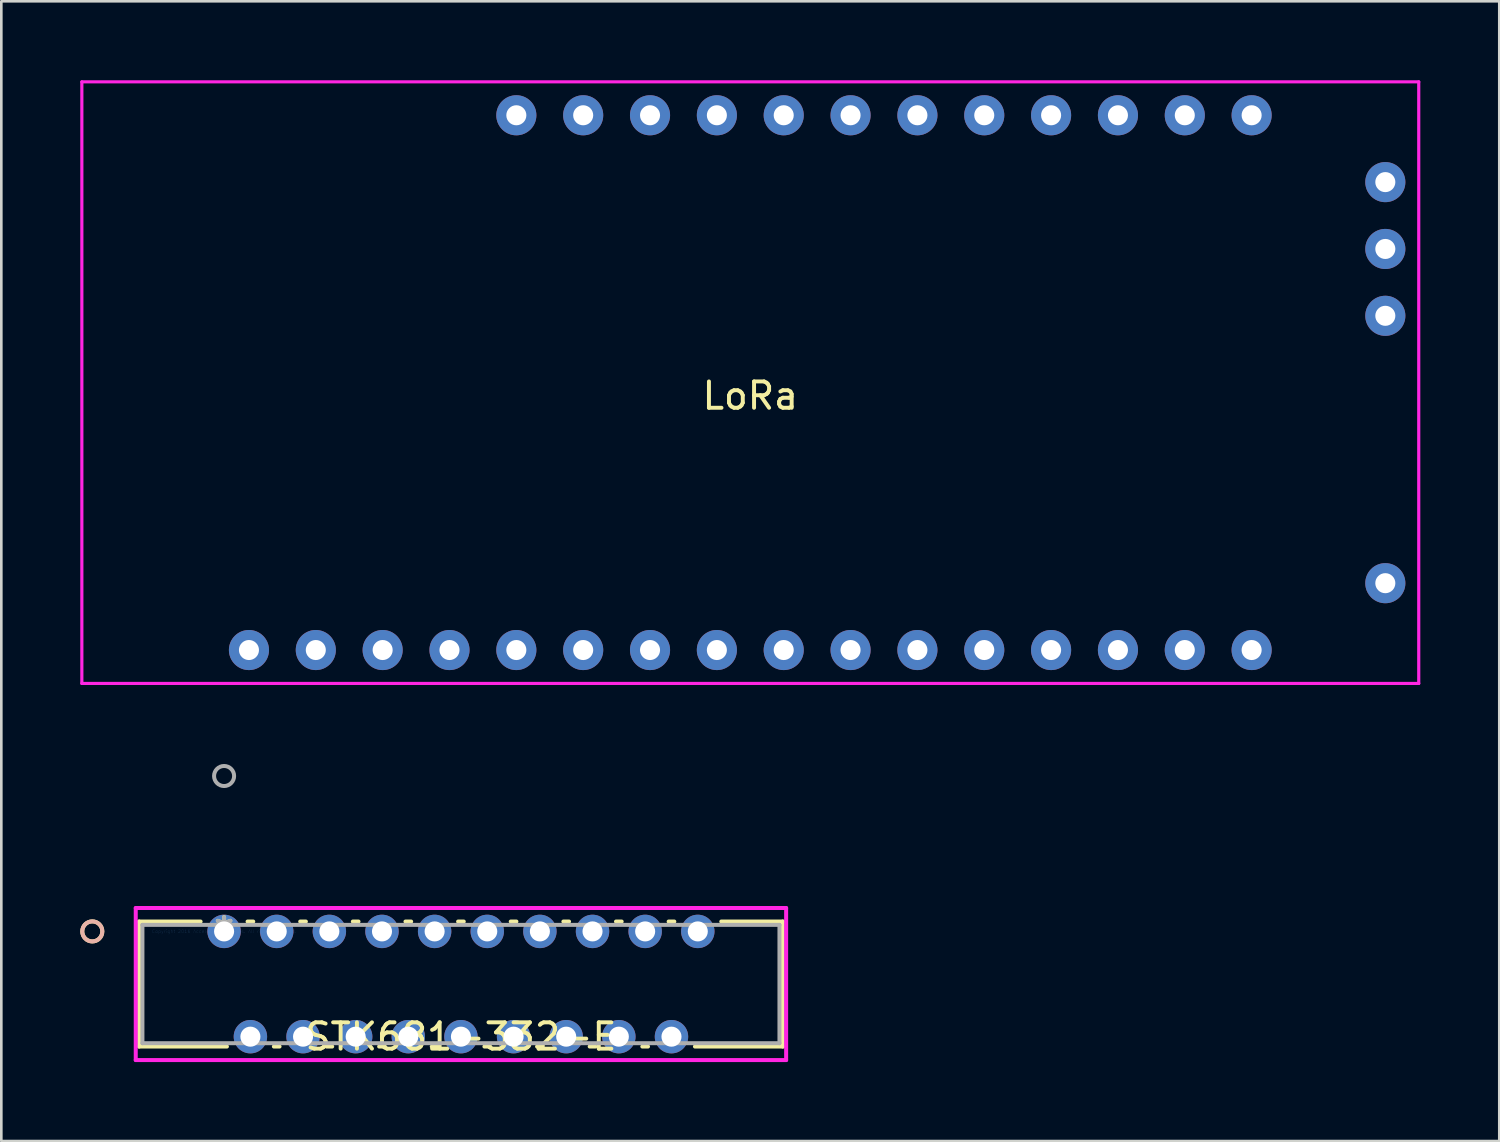
<source format=kicad_pcb>
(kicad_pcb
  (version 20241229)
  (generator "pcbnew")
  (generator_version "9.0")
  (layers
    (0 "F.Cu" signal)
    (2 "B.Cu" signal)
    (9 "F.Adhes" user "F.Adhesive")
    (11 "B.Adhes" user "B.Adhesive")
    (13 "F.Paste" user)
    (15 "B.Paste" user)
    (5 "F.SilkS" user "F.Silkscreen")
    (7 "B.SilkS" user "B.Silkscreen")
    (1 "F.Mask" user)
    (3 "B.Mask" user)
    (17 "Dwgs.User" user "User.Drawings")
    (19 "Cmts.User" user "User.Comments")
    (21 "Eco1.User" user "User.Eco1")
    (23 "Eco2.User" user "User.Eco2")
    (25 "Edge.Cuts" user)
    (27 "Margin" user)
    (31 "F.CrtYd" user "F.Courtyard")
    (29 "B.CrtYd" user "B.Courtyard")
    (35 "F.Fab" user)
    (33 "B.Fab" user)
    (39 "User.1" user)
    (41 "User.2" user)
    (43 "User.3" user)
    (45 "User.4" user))
  (footprint "LoRa"
    (layer "F.Cu")
    (at 25.46 11.49)
    (property "Reference" "LoRa" (at 0 0.5 0) (layer "F.SilkS") (effects (font (size 1 1) (thickness 0.15))))
    (attr through_hole)
    (fp_line (start -25.4 -11.43) (end -25.4 11.43) (stroke (width 0.12) (type solid)) (layer "F.CrtYd"))
    (fp_line (start -25.4 11.43) (end 25.4 11.43) (stroke (width 0.12) (type solid)) (layer "F.CrtYd"))
    (fp_line (start 25.4 -11.43) (end -25.4 -11.43) (stroke (width 0.12) (type solid)) (layer "F.CrtYd"))
    (fp_line (start 25.4 11.43) (end 25.4 -11.43) (stroke (width 0.12) (type solid)) (layer "F.CrtYd"))
    (pad "3" thru_hole circle (at -8.89 10.16) (size 1.524 1.524) (drill 0.762) (layers "*.Cu" "*.Mask"))
    (pad "4" thru_hole circle (at -13.97 10.16) (size 1.524 1.524) (drill 0.762) (layers "*.Cu" "*.Mask"))
    (pad "7" thru_hole circle (at -6.35 10.16) (size 1.524 1.524) (drill 0.762) (layers "*.Cu" "*.Mask"))
    (pad "8" thru_hole circle (at -3.81 10.16) (size 1.524 1.524) (drill 0.762) (layers "*.Cu" "*.Mask"))
    (pad "9" thru_hole circle (at -1.27 10.16) (size 1.524 1.524) (drill 0.762) (layers "*.Cu" "*.Mask"))
    (pad "10" thru_hole circle (at 1.27 10.16) (size 1.524 1.524) (drill 0.762) (layers "*.Cu" "*.Mask"))
    (pad "12" thru_hole circle (at 8.89 -10.16) (size 1.524 1.524) (drill 0.762) (layers "*.Cu" "*.Mask"))
    (pad "15" thru_hole circle (at 16.51 10.16) (size 1.524 1.524) (drill 0.762) (layers "*.Cu" "*.Mask"))
    (pad "16" thru_hole circle (at 13.97 10.16) (size 1.524 1.524) (drill 0.762) (layers "*.Cu" "*.Mask"))
    (pad "19" thru_hole circle (at 8.89 10.16) (size 1.524 1.524) (drill 0.762) (layers "*.Cu" "*.Mask"))
    (pad "20" thru_hole circle (at 6.35 10.16) (size 1.524 1.524) (drill 0.762) (layers "*.Cu" "*.Mask"))
    (pad "21" thru_hole circle (at 11.43 10.16) (size 1.524 1.524) (drill 0.762) (layers "*.Cu" "*.Mask"))
    (pad "24" thru_hole circle (at 13.97 -10.16) (size 1.524 1.524) (drill 0.762) (layers "*.Cu" "*.Mask"))
    (pad "25" thru_hole circle (at 3.81 -10.16) (size 1.524 1.524) (drill 0.762) (layers "*.Cu" "*.Mask"))
    (pad "26" thru_hole circle (at -1.27 -10.16) (size 1.524 1.524) (drill 0.762) (layers "*.Cu" "*.Mask"))
    (pad "27" thru_hole circle (at 6.35 -10.16) (size 1.524 1.524) (drill 0.762) (layers "*.Cu" "*.Mask"))
    (pad "28" thru_hole circle (at 1.27 -10.16) (size 1.524 1.524) (drill 0.762) (layers "*.Cu" "*.Mask"))
    (pad "29" thru_hole circle (at 11.43 -10.16) (size 1.524 1.524) (drill 0.762) (layers "*.Cu" "*.Mask"))
    (pad "31" thru_hole circle (at 19.05 -10.16) (size 1.524 1.524) (drill 0.762) (layers "*.Cu" "*.Mask"))
    (pad "32" thru_hole circle (at 16.51 -10.16) (size 1.524 1.524) (drill 0.762) (layers "*.Cu" "*.Mask"))
    (pad "40" thru_hole circle (at -19.05 10.16) (size 1.524 1.524) (drill 0.762) (layers "*.Cu" "*.Mask"))
    (pad "47" thru_hole circle (at 3.81 10.16) (size 1.524 1.524) (drill 0.762) (layers "*.Cu" "*.Mask"))
    (pad "48" thru_hole circle (at -16.51 10.16) (size 1.524 1.524) (drill 0.762) (layers "*.Cu" "*.Mask"))
    (pad "49" thru_hole circle (at -11.43 10.16) (size 1.524 1.524) (drill 0.762) (layers "*.Cu" "*.Mask"))
    (pad "50" thru_hole circle (at 19.05 10.16) (size 1.524 1.524) (drill 0.762) (layers "*.Cu" "*.Mask"))
    (pad "51" thru_hole circle (at 24.13 7.62 90) (size 1.524 1.524) (drill 0.762) (layers "*.Cu" "*.Mask"))
    (pad "52" thru_hole circle (at 24.13 -2.54 90) (size 1.524 1.524) (drill 0.762) (layers "*.Cu" "*.Mask"))
    (pad "53" thru_hole circle (at 24.13 -5.08 90) (size 1.524 1.524) (drill 0.762) (layers "*.Cu" "*.Mask"))
    (pad "54" thru_hole circle (at 24.13 -7.62 90) (size 1.524 1.524) (drill 0.762) (layers "*.Cu" "*.Mask"))
    (pad "55" thru_hole circle (at -3.81 -10.16) (size 1.524 1.524) (drill 0.762) (layers "*.Cu" "*.Mask"))
    (pad "56" thru_hole circle (at -6.35 -10.16) (size 1.524 1.524) (drill 0.762) (layers "*.Cu" "*.Mask"))
    (pad "57" thru_hole circle (at -8.89 -10.16) (size 1.524 1.524) (drill 0.762) (layers "*.Cu" "*.Mask")))
  (footprint "STK681-332-E"
    (layer "F.Cu")
    (at 5.465 32.342)
    (property "Reference" "STK681-332-E" (at 9 4 0) (layer "F.SilkS") (effects (font (size 1 1) (thickness 0.15))))
    (attr through_hole)
    (fp_line (start -3.23 -0.375) (end -3.23 4.375) (stroke (width 0.152) (type solid)) (layer "F.SilkS"))
    (fp_line (start -3.23 4.375) (end 0.108 4.375) (stroke (width 0.152) (type solid)) (layer "F.SilkS"))
    (fp_line (start -0.892 -0.375) (end -3.23 -0.375) (stroke (width 0.152) (type solid)) (layer "F.SilkS"))
    (fp_line (start 1.108 -0.375) (end 0.892 -0.375) (stroke (width 0.152) (type solid)) (layer "F.SilkS"))
    (fp_line (start 1.892 4.375) (end 2.108 4.375) (stroke (width 0.152) (type solid)) (layer "F.SilkS"))
    (fp_line (start 3.108 -0.375) (end 2.892 -0.375) (stroke (width 0.152) (type solid)) (layer "F.SilkS"))
    (fp_line (start 3.892 4.375) (end 4.108 4.375) (stroke (width 0.152) (type solid)) (layer "F.SilkS"))
    (fp_line (start 5.108 -0.375) (end 4.892 -0.375) (stroke (width 0.152) (type solid)) (layer "F.SilkS"))
    (fp_line (start 5.892 4.375) (end 6.108 4.375) (stroke (width 0.152) (type solid)) (layer "F.SilkS"))
    (fp_line (start 7.108 -0.375) (end 6.892 -0.375) (stroke (width 0.152) (type solid)) (layer "F.SilkS"))
    (fp_line (start 7.892 4.375) (end 8.108 4.375) (stroke (width 0.152) (type solid)) (layer "F.SilkS"))
    (fp_line (start 9.108 -0.375) (end 8.892 -0.375) (stroke (width 0.152) (type solid)) (layer "F.SilkS"))
    (fp_line (start 9.892 4.375) (end 10.108 4.375) (stroke (width 0.152) (type solid)) (layer "F.SilkS"))
    (fp_line (start 11.108 -0.375) (end 10.892 -0.375) (stroke (width 0.152) (type solid)) (layer "F.SilkS"))
    (fp_line (start 11.892 4.375) (end 12.108 4.375) (stroke (width 0.152) (type solid)) (layer "F.SilkS"))
    (fp_line (start 13.108 -0.375) (end 12.892 -0.375) (stroke (width 0.152) (type solid)) (layer "F.SilkS"))
    (fp_line (start 13.892 4.375) (end 14.108 4.375) (stroke (width 0.152) (type solid)) (layer "F.SilkS"))
    (fp_line (start 15.108 -0.375) (end 14.892 -0.375) (stroke (width 0.152) (type solid)) (layer "F.SilkS"))
    (fp_line (start 15.892 4.375) (end 16.108 4.375) (stroke (width 0.152) (type solid)) (layer "F.SilkS"))
    (fp_line (start 17.108 -0.375) (end 16.892 -0.375) (stroke (width 0.152) (type solid)) (layer "F.SilkS"))
    (fp_line (start 17.892 4.375) (end 21.23 4.375) (stroke (width 0.152) (type solid)) (layer "F.SilkS"))
    (fp_line (start 21.23 -0.375) (end 18.892 -0.375) (stroke (width 0.152) (type solid)) (layer "F.SilkS"))
    (fp_line (start 21.23 4.375) (end 21.23 -0.375) (stroke (width 0.152) (type solid)) (layer "F.SilkS"))
    (fp_circle (center -5.008 0) (end -4.627 0) (stroke (width 0.152) (type solid)) (fill no) (layer "F.SilkS"))
    (fp_circle (center -5.008 0) (end -4.627 0) (stroke (width 0.152) (type solid)) (fill no) (layer "B.SilkS"))
    (fp_line (start -3.357 -0.889) (end -3.357 4.889) (stroke (width 0.152) (type solid)) (layer "F.CrtYd"))
    (fp_line (start -3.357 4.889) (end 21.357 4.889) (stroke (width 0.152) (type solid)) (layer "F.CrtYd"))
    (fp_line (start 21.357 -0.889) (end -3.357 -0.889) (stroke (width 0.152) (type solid)) (layer "F.CrtYd"))
    (fp_line (start 21.357 4.889) (end 21.357 -0.889) (stroke (width 0.152) (type solid)) (layer "F.CrtYd"))
    (fp_line (start -3.103 -0.248) (end -3.103 4.248) (stroke (width 0.152) (type solid)) (layer "F.Fab"))
    (fp_line (start -3.103 4.248) (end 21.103 4.248) (stroke (width 0.152) (type solid)) (layer "F.Fab"))
    (fp_line (start 21.103 -0.248) (end -3.103 -0.248) (stroke (width 0.152) (type solid)) (layer "F.Fab"))
    (fp_line (start 21.103 4.248) (end 21.103 -0.248) (stroke (width 0.152) (type solid)) (layer "F.Fab"))
    (fp_circle (center 0 -5.905) (end 0.381 -5.905) (stroke (width 0.152) (type solid)) (fill no) (layer "F.Fab"))
    (fp_text user "*" (at 0 0 0) (layer "F.SilkS") (effects (font (size 1 1) (thickness 0.15))))
    (fp_text user "Copyright 2016 Accelerated Designs. All rights reserved." (at 0 0 0) (layer "Cmts.User") (effects (font (size 0.127 0.127) (thickness 0.002))))
    (fp_text user "*" (at 0 0 0) (layer "F.Fab") (effects (font (size 1 1) (thickness 0.15))))
    (pad "1" thru_hole circle (at 0 0) (size 1.27 1.27) (drill 0.762) (layers "*.Cu" "*.Mask"))
    (pad "2" thru_hole circle (at 1 4) (size 1.27 1.27) (drill 0.762) (layers "*.Cu" "*.Mask"))
    (pad "3" thru_hole circle (at 2 0) (size 1.27 1.27) (drill 0.762) (layers "*.Cu" "*.Mask"))
    (pad "4" thru_hole circle (at 3 4) (size 1.27 1.27) (drill 0.762) (layers "*.Cu" "*.Mask"))
    (pad "5" thru_hole circle (at 4 0) (size 1.27 1.27) (drill 0.762) (layers "*.Cu" "*.Mask"))
    (pad "6" thru_hole circle (at 5 4) (size 1.27 1.27) (drill 0.762) (layers "*.Cu" "*.Mask"))
    (pad "7" thru_hole circle (at 6 0) (size 1.27 1.27) (drill 0.762) (layers "*.Cu" "*.Mask"))
    (pad "8" thru_hole circle (at 7 4) (size 1.27 1.27) (drill 0.762) (layers "*.Cu" "*.Mask"))
    (pad "9" thru_hole circle (at 8 0) (size 1.27 1.27) (drill 0.762) (layers "*.Cu" "*.Mask"))
    (pad "10" thru_hole circle (at 9 4) (size 1.27 1.27) (drill 0.762) (layers "*.Cu" "*.Mask"))
    (pad "11" thru_hole circle (at 10 0) (size 1.27 1.27) (drill 0.762) (layers "*.Cu" "*.Mask"))
    (pad "12" thru_hole circle (at 11 4) (size 1.27 1.27) (drill 0.762) (layers "*.Cu" "*.Mask"))
    (pad "13" thru_hole circle (at 12 0) (size 1.27 1.27) (drill 0.762) (layers "*.Cu" "*.Mask"))
    (pad "14" thru_hole circle (at 13 4) (size 1.27 1.27) (drill 0.762) (layers "*.Cu" "*.Mask"))
    (pad "15" thru_hole circle (at 14 0) (size 1.27 1.27) (drill 0.762) (layers "*.Cu" "*.Mask"))
    (pad "16" thru_hole circle (at 15 4) (size 1.27 1.27) (drill 0.762) (layers "*.Cu" "*.Mask"))
    (pad "17" thru_hole circle (at 16 0) (size 1.27 1.27) (drill 0.762) (layers "*.Cu" "*.Mask"))
    (pad "18" thru_hole circle (at 17 4) (size 1.27 1.27) (drill 0.762) (layers "*.Cu" "*.Mask"))
    (pad "19" thru_hole circle (at 18 0) (size 1.27 1.27) (drill 0.762) (layers "*.Cu" "*.Mask")))
  (gr_rect
    (start -3 -3)
    (end 53.92 40.307)
    (stroke (width 0.1) (type default))
    (fill no)
    (layer "Edge.Cuts")))
</source>
